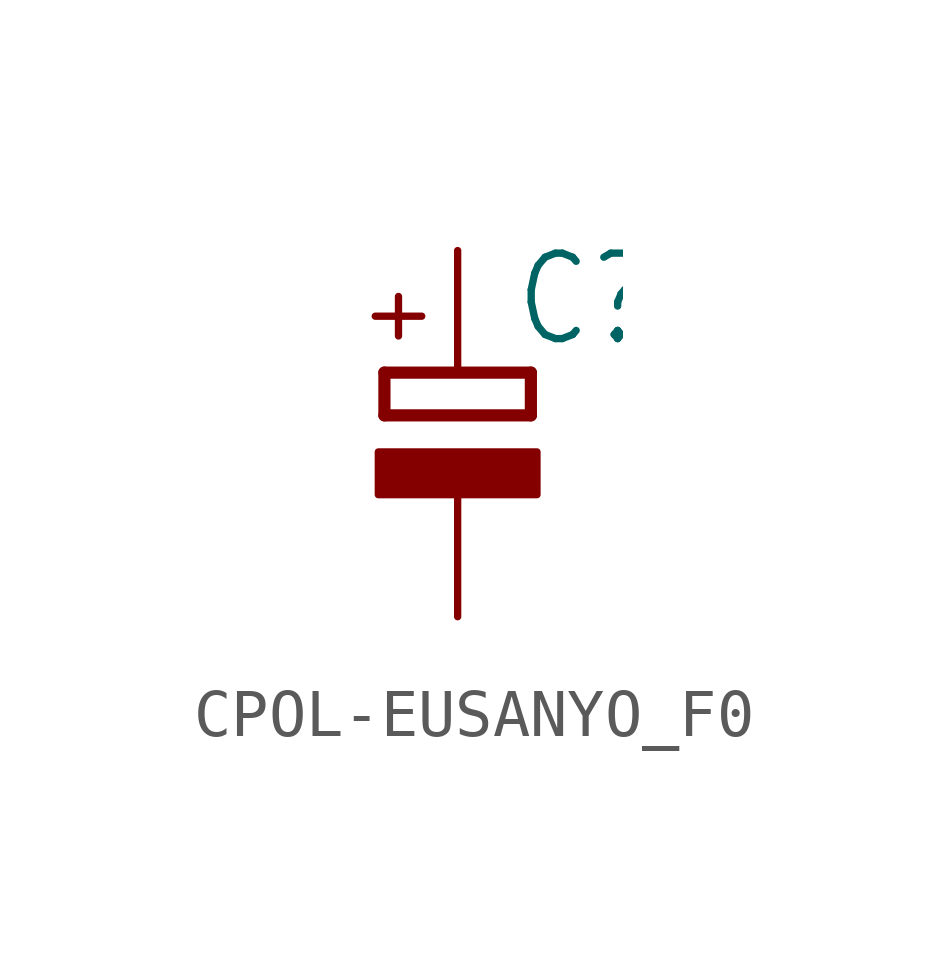
<source format=kicad_sym>
(kicad_symbol_lib
  (version 20231120)
  (generator "kicad_symbol_editor")
  (generator_version "8.0")
  (symbol "CPOL-EUSANYO_F0"
    (property "Reference" "C"
      (at 1.143 0.483 0)
      (effects (font (size 1.778 1.511)) (justify left bottom)))
    (property "Value" ""
      (at 1.143 -4.597 0)
      (effects (font (size 1.778 1.511)) (justify left bottom)))
    (property "ki_locked" ""
      (at 0 0 0)
      (effects (font (size 1.27 1.27))))
    (symbol "CPOL-EUSANYO_F0_1_0"
      (rectangle (start -1.651 -2.54) (end 1.651 -1.651) (stroke (width 0) (type default)) (fill (type outline)))
      (polyline (pts (xy -1.524 -0.889) (xy 1.524 -0.889)) (stroke (width 0.254) (type solid)) (fill (type none)))
      (polyline (pts (xy -1.524 0) (xy -1.524 -0.889)) (stroke (width 0.254) (type solid)) (fill (type none)))
      (polyline (pts (xy -1.524 0) (xy 1.524 0)) (stroke (width 0.254) (type solid)) (fill (type none)))
      (polyline (pts (xy 1.524 -0.889) (xy 1.524 0)) (stroke (width 0.254) (type solid)) (fill (type none)))
      (text "+" (at -0.584 0.406 900) (effects (font (size 1.27 1.079)) (justify left bottom)))
      (pin passive line (at 0 2.54 270) (length 2.54) (name "+" (effects (font (size 0 0)))) (number "+" (effects (font (size 0 0)))))
      (pin passive line (at 0 -5.08 90) (length 2.54) (name "-" (effects (font (size 0 0)))) (number "-" (effects (font (size 0 0))))))))
</source>
